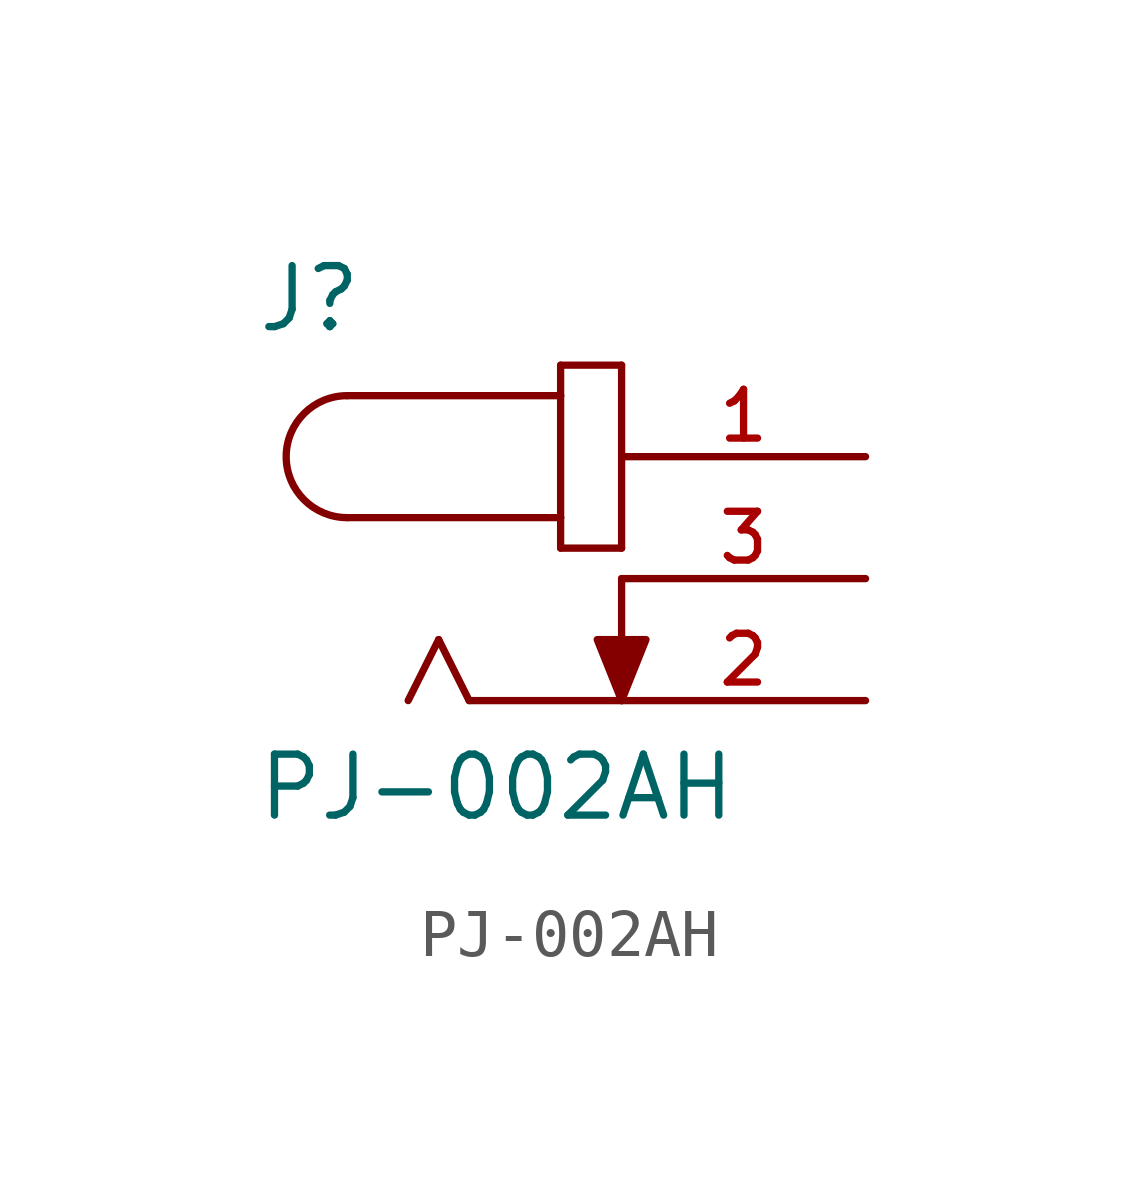
<source format=kicad_sym>
(kicad_symbol_lib
  (version 20231120)
  (generator "kicad_symbol_editor")
  (generator_version "8.0")
  (symbol "PJ-002AH"
    (pin_names
      (offset 1.016))
    (property "Reference" "J"
      (at -7.627 5.085 0)
      (effects (font (size 1.27 1.27)) (justify left bottom)))
    (property "Value" "PJ-002AH"
      (at -7.631 -5.088 0)
      (effects (font (size 1.27 1.27)) (justify left bottom)))
    (symbol "PJ-002AH_0_0"
      (arc (start -5.715 3.81) (mid -6.9794 2.54) (end -5.715 1.27) (stroke (width 0.1524) (type default)) (fill (type none)))
      (polyline (pts (xy -5.715 3.81) (xy -1.27 3.81)) (stroke (width 0.152) (type default)) (fill (type none)))
      (polyline (pts (xy -3.81 -1.27) (xy -4.445 -2.54)) (stroke (width 0.152) (type default)) (fill (type none)))
      (polyline (pts (xy -3.175 -2.54) (xy -3.81 -1.27)) (stroke (width 0.152) (type default)) (fill (type none)))
      (polyline (pts (xy -1.27 0.635) (xy 0 0.635)) (stroke (width 0.152) (type default)) (fill (type none)))
      (polyline (pts (xy -1.27 1.27) (xy -5.715 1.27)) (stroke (width 0.152) (type default)) (fill (type none)))
      (polyline (pts (xy -1.27 1.27) (xy -1.27 0.635)) (stroke (width 0.152) (type default)) (fill (type none)))
      (polyline (pts (xy -1.27 3.81) (xy -1.27 1.27)) (stroke (width 0.152) (type default)) (fill (type none)))
      (polyline (pts (xy -1.27 4.445) (xy -1.27 3.81)) (stroke (width 0.152) (type default)) (fill (type none)))
      (polyline (pts (xy 0 -2.54) (xy -3.175 -2.54)) (stroke (width 0.152) (type default)) (fill (type none)))
      (polyline (pts (xy 0 0) (xy 0 -2.54)) (stroke (width 0.152) (type default)) (fill (type none)))
      (polyline (pts (xy 0 0.635) (xy 0 4.445)) (stroke (width 0.152) (type default)) (fill (type none)))
      (polyline (pts (xy 0 4.445) (xy -1.27 4.445)) (stroke (width 0.152) (type default)) (fill (type none)))
      (polyline (pts (xy 0 -2.54) (xy -0.508 -1.27) (xy 0.508 -1.27) (xy 0 -2.54)) (stroke (width 0.152) (type default)) (fill (type outline)))
      (pin passive line (at 5.08 2.54 180) (length 5.08) (name "~" (effects (font (size 1.016 1.016)))) (number "1" (effects (font (size 1.016 1.016)))))
      (pin passive line (at 5.08 -2.54 180) (length 5.08) (name "~" (effects (font (size 1.016 1.016)))) (number "2" (effects (font (size 1.016 1.016)))))
      (pin passive line (at 5.08 0 180) (length 5.08) (name "~" (effects (font (size 1.016 1.016)))) (number "3" (effects (font (size 1.016 1.016))))))))
</source>
